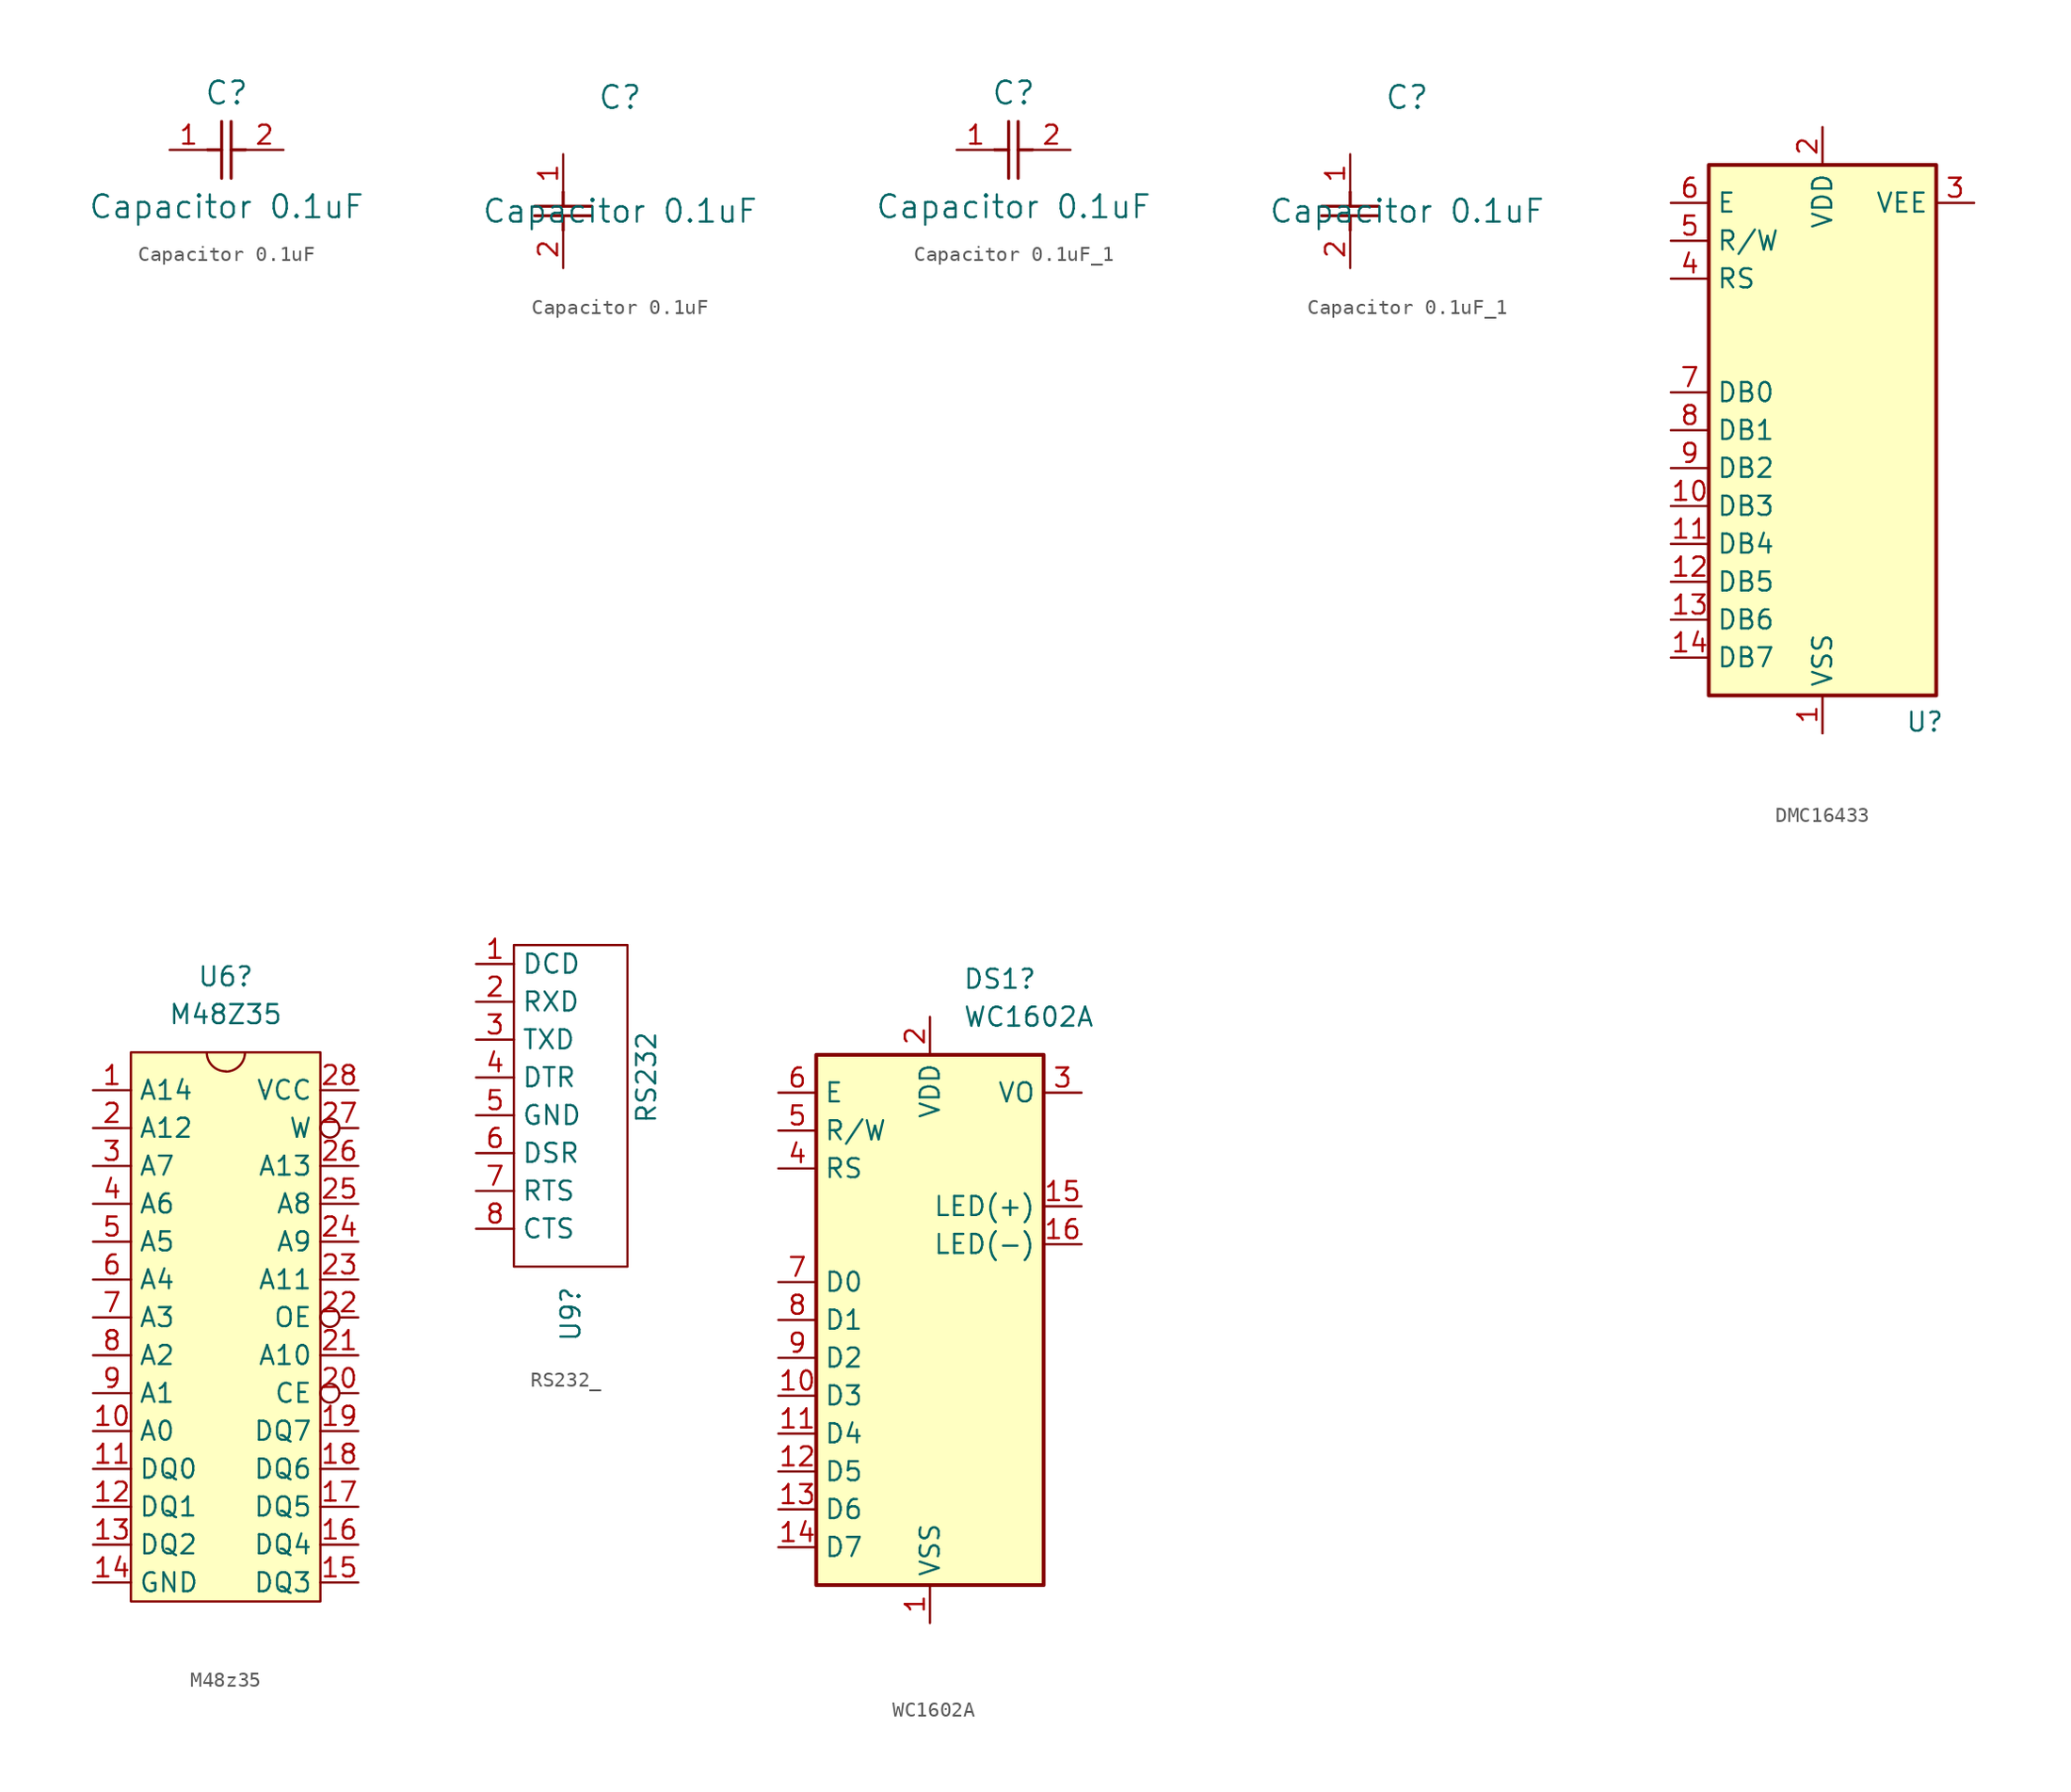
<source format=kicad_sym>
(kicad_symbol_lib
  (version 20231120)
  (generator "kicad_symbol_editor")
  (generator_version "8.0")
  (symbol "Capacitor 0.1uF"
    (pin_names
      (offset 0.254))
    (property "Reference" "C"
      (at 3.81 3.81 0)
      (effects (font (size 1.524 1.524))))
    (property "Value" "Capacitor 0.1uF"
      (at 3.81 -3.81 0)
      (effects (font (size 1.524 1.524))))
    (property "ki_locked" ""
      (at 0 0 0)
      (effects (font (size 1.27 1.27))))
    (symbol "Capacitor 0.1uF_1_1"
      (polyline (pts (xy 2.54 0) (xy 3.48 0)) (stroke (width 0.203) (type default)) (fill (type none)))
      (polyline (pts (xy 3.48 -1.905) (xy 3.48 1.905)) (stroke (width 0.203) (type default)) (fill (type none)))
      (polyline (pts (xy 4.115 -1.905) (xy 4.115 1.905)) (stroke (width 0.203) (type default)) (fill (type none)))
      (polyline (pts (xy 4.115 0) (xy 5.08 0)) (stroke (width 0.203) (type default)) (fill (type none)))
      (pin unspecified line (at 0 0 0) (length 2.54) (name "" (effects (font (size 1.27 1.27)))) (number "1" (effects (font (size 1.27 1.27)))))
      (pin unspecified line (at 7.62 0 180) (length 2.54) (name "" (effects (font (size 1.27 1.27)))) (number "2" (effects (font (size 1.27 1.27))))))
    (symbol "Capacitor 0.1uF_1_2"
      (polyline (pts (xy -1.905 -4.115) (xy 1.905 -4.115)) (stroke (width 0.203) (type default)) (fill (type none)))
      (polyline (pts (xy -1.905 -3.48) (xy 1.905 -3.48)) (stroke (width 0.203) (type default)) (fill (type none)))
      (polyline (pts (xy 0 -4.115) (xy 0 -5.08)) (stroke (width 0.203) (type default)) (fill (type none)))
      (polyline (pts (xy 0 -2.54) (xy 0 -3.48)) (stroke (width 0.203) (type default)) (fill (type none)))
      (pin unspecified line (at 0 0 270) (length 2.54) (name "" (effects (font (size 1.27 1.27)))) (number "1" (effects (font (size 1.27 1.27)))))
      (pin unspecified line (at 0 -7.62 90) (length 2.54) (name "" (effects (font (size 1.27 1.27)))) (number "2" (effects (font (size 1.27 1.27)))))))
  (symbol "Capacitor 0.1uF_1"
    (pin_names
      (offset 0.254))
    (property "Reference" "C"
      (at 3.81 3.81 0)
      (effects (font (size 1.524 1.524))))
    (property "Value" "Capacitor 0.1uF"
      (at 3.81 -3.81 0)
      (effects (font (size 1.524 1.524))))
    (property "ki_locked" ""
      (at 0 0 0)
      (effects (font (size 1.27 1.27))))
    (symbol "Capacitor 0.1uF_1_1_1"
      (polyline (pts (xy 2.54 0) (xy 3.48 0)) (stroke (width 0.203) (type default)) (fill (type none)))
      (polyline (pts (xy 3.48 -1.905) (xy 3.48 1.905)) (stroke (width 0.203) (type default)) (fill (type none)))
      (polyline (pts (xy 4.115 -1.905) (xy 4.115 1.905)) (stroke (width 0.203) (type default)) (fill (type none)))
      (polyline (pts (xy 4.115 0) (xy 5.08 0)) (stroke (width 0.203) (type default)) (fill (type none)))
      (pin unspecified line (at 0 0 0) (length 2.54) (name "" (effects (font (size 1.27 1.27)))) (number "1" (effects (font (size 1.27 1.27)))))
      (pin unspecified line (at 7.62 0 180) (length 2.54) (name "" (effects (font (size 1.27 1.27)))) (number "2" (effects (font (size 1.27 1.27))))))
    (symbol "Capacitor 0.1uF_1_1_2"
      (polyline (pts (xy -1.905 -4.115) (xy 1.905 -4.115)) (stroke (width 0.203) (type default)) (fill (type none)))
      (polyline (pts (xy -1.905 -3.48) (xy 1.905 -3.48)) (stroke (width 0.203) (type default)) (fill (type none)))
      (polyline (pts (xy 0 -4.115) (xy 0 -5.08)) (stroke (width 0.203) (type default)) (fill (type none)))
      (polyline (pts (xy 0 -2.54) (xy 0 -3.48)) (stroke (width 0.203) (type default)) (fill (type none)))
      (pin unspecified line (at 0 0 270) (length 2.54) (name "" (effects (font (size 1.27 1.27)))) (number "1" (effects (font (size 1.27 1.27)))))
      (pin unspecified line (at 0 -7.62 90) (length 2.54) (name "" (effects (font (size 1.27 1.27)))) (number "2" (effects (font (size 1.27 1.27)))))))
  (symbol "DMC16433"
    (property "Reference" "U"
      (at 8.128 -20.828 0)
      (effects (font (size 1.27 1.27))))
    (property "Value" ""
      (at -7.62 -16.51 0)
      (effects (font (size 1.27 1.27))))
    (symbol "DMC16433_1_1"
      (rectangle (start -6.35 16.51) (end 8.89 -19.05) (stroke (width 0.254) (type default)) (fill (type background)))
      (pin power_in line (at 1.27 -21.59 90) (length 2.54) (name "VSS" (effects (font (size 1.27 1.27)))) (number "1" (effects (font (size 1.27 1.27)))))
      (pin bidirectional line (at -8.89 -6.35 0) (length 2.54) (name "DB3" (effects (font (size 1.27 1.27)))) (number "10" (effects (font (size 1.27 1.27)))))
      (pin bidirectional line (at -8.89 -8.89 0) (length 2.54) (name "DB4" (effects (font (size 1.27 1.27)))) (number "11" (effects (font (size 1.27 1.27)))))
      (pin bidirectional line (at -8.89 -11.43 0) (length 2.54) (name "DB5" (effects (font (size 1.27 1.27)))) (number "12" (effects (font (size 1.27 1.27)))))
      (pin bidirectional line (at -8.89 -13.97 0) (length 2.54) (name "DB6" (effects (font (size 1.27 1.27)))) (number "13" (effects (font (size 1.27 1.27)))))
      (pin bidirectional line (at -8.89 -16.51 0) (length 2.54) (name "DB7" (effects (font (size 1.27 1.27)))) (number "14" (effects (font (size 1.27 1.27)))))
      (pin power_in line (at 1.27 19.05 270) (length 2.54) (name "VDD" (effects (font (size 1.27 1.27)))) (number "2" (effects (font (size 1.27 1.27)))))
      (pin input line (at 11.43 13.97 180) (length 2.54) (name "VEE" (effects (font (size 1.27 1.27)))) (number "3" (effects (font (size 1.27 1.27)))))
      (pin input line (at -8.89 8.89 0) (length 2.54) (name "RS" (effects (font (size 1.27 1.27)))) (number "4" (effects (font (size 1.27 1.27)))))
      (pin input line (at -8.89 11.43 0) (length 2.54) (name "R/W" (effects (font (size 1.27 1.27)))) (number "5" (effects (font (size 1.27 1.27)))))
      (pin input line (at -8.89 13.97 0) (length 2.54) (name "E" (effects (font (size 1.27 1.27)))) (number "6" (effects (font (size 1.27 1.27)))))
      (pin bidirectional line (at -8.89 1.27 0) (length 2.54) (name "DB0" (effects (font (size 1.27 1.27)))) (number "7" (effects (font (size 1.27 1.27)))))
      (pin bidirectional line (at -8.89 -1.27 0) (length 2.54) (name "DB1" (effects (font (size 1.27 1.27)))) (number "8" (effects (font (size 1.27 1.27)))))
      (pin bidirectional line (at -8.89 -3.81 0) (length 2.54) (name "DB2" (effects (font (size 1.27 1.27)))) (number "9" (effects (font (size 1.27 1.27)))))))
  (symbol "M48z35"
    (property "Reference" "U6"
      (at 6.35 5.08 0)
      (effects (font (size 1.27 1.27))))
    (property "Value" "M48Z35"
      (at 6.35 2.54 0)
      (effects (font (size 1.27 1.27))))
    (symbol "M48z35_0_1"
      (arc (start 5.0843 -0.0043) (mid 5.4563 -0.9023) (end 6.3543 -1.2743) (stroke (width 0) (type default)) (fill (type none)))
      (arc (start 6.374 -1.294) (mid 7.2652 -0.9152) (end 7.644 -0.024) (stroke (width 0) (type default)) (fill (type none)))
      (arc (start 8.89 -2.54) (mid 8.89 -2.54) (end 8.89 -2.54) (stroke (width 0) (type default)) (fill (type none))))
    (symbol "M48z35_1_0"
      (pin input line (at -2.54 -2.54 0) (length 2.54) (name "A14" (effects (font (size 1.27 1.27)))) (number "1" (effects (font (size 1.27 1.27)))))
      (pin input line (at -2.54 -25.4 0) (length 2.54) (name "A0" (effects (font (size 1.27 1.27)))) (number "10" (effects (font (size 1.27 1.27)))))
      (pin output line (at -2.54 -27.94 0) (length 2.54) (name "DQ0" (effects (font (size 1.27 1.27)))) (number "11" (effects (font (size 1.27 1.27)))))
      (pin output line (at -2.54 -30.48 0) (length 2.54) (name "DQ1" (effects (font (size 1.27 1.27)))) (number "12" (effects (font (size 1.27 1.27)))))
      (pin output line (at -2.54 -33.02 0) (length 2.54) (name "DQ2" (effects (font (size 1.27 1.27)))) (number "13" (effects (font (size 1.27 1.27)))))
      (pin power_out line (at -2.54 -35.56 0) (length 2.54) (name "GND" (effects (font (size 1.27 1.27)))) (number "14" (effects (font (size 1.27 1.27)))))
      (pin output line (at 15.24 -35.56 180) (length 2.54) (name "DQ3" (effects (font (size 1.27 1.27)))) (number "15" (effects (font (size 1.27 1.27)))))
      (pin output line (at 15.24 -33.02 180) (length 2.54) (name "DQ4" (effects (font (size 1.27 1.27)))) (number "16" (effects (font (size 1.27 1.27)))))
      (pin output line (at 15.24 -30.48 180) (length 2.54) (name "DQ5" (effects (font (size 1.27 1.27)))) (number "17" (effects (font (size 1.27 1.27)))))
      (pin output line (at 15.24 -27.94 180) (length 2.54) (name "DQ6" (effects (font (size 1.27 1.27)))) (number "18" (effects (font (size 1.27 1.27)))))
      (pin output line (at 15.24 -25.4 180) (length 2.54) (name "DQ7" (effects (font (size 1.27 1.27)))) (number "19" (effects (font (size 1.27 1.27)))))
      (pin input line (at -2.54 -5.08 0) (length 2.54) (name "A12" (effects (font (size 1.27 1.27)))) (number "2" (effects (font (size 1.27 1.27)))))
      (pin input inverted (at 15.24 -22.86 180) (length 2.54) (name "CE" (effects (font (size 1.27 1.27)))) (number "20" (effects (font (size 1.27 1.27)))))
      (pin input line (at 15.24 -20.32 180) (length 2.54) (name "A10" (effects (font (size 1.27 1.27)))) (number "21" (effects (font (size 1.27 1.27)))))
      (pin input inverted (at 15.24 -17.78 180) (length 2.54) (name "OE" (effects (font (size 1.27 1.27)))) (number "22" (effects (font (size 1.27 1.27)))))
      (pin input line (at 15.24 -15.24 180) (length 2.54) (name "A11" (effects (font (size 1.27 1.27)))) (number "23" (effects (font (size 1.27 1.27)))))
      (pin input line (at 15.24 -12.7 180) (length 2.54) (name "A9" (effects (font (size 1.27 1.27)))) (number "24" (effects (font (size 1.27 1.27)))))
      (pin input line (at 15.24 -10.16 180) (length 2.54) (name "A8" (effects (font (size 1.27 1.27)))) (number "25" (effects (font (size 1.27 1.27)))))
      (pin input line (at 15.24 -7.62 180) (length 2.54) (name "A13" (effects (font (size 1.27 1.27)))) (number "26" (effects (font (size 1.27 1.27)))))
      (pin input inverted (at 15.24 -5.08 180) (length 2.54) (name "W" (effects (font (size 1.27 1.27)))) (number "27" (effects (font (size 1.27 1.27)))))
      (pin power_in line (at 15.24 -2.54 180) (length 2.54) (name "VCC" (effects (font (size 1.27 1.27)))) (number "28" (effects (font (size 1.27 1.27)))))
      (pin input line (at -2.54 -7.62 0) (length 2.54) (name "A7" (effects (font (size 1.27 1.27)))) (number "3" (effects (font (size 1.27 1.27)))))
      (pin input line (at -2.54 -10.16 0) (length 2.54) (name "A6" (effects (font (size 1.27 1.27)))) (number "4" (effects (font (size 1.27 1.27)))))
      (pin input line (at -2.54 -12.7 0) (length 2.54) (name "A5" (effects (font (size 1.27 1.27)))) (number "5" (effects (font (size 1.27 1.27)))))
      (pin input line (at -2.54 -15.24 0) (length 2.54) (name "A4" (effects (font (size 1.27 1.27)))) (number "6" (effects (font (size 1.27 1.27)))))
      (pin input line (at -2.54 -17.78 0) (length 2.54) (name "A3" (effects (font (size 1.27 1.27)))) (number "7" (effects (font (size 1.27 1.27)))))
      (pin input line (at -2.54 -20.32 0) (length 2.54) (name "A2" (effects (font (size 1.27 1.27)))) (number "8" (effects (font (size 1.27 1.27)))))
      (pin input line (at -2.54 -22.86 0) (length 2.54) (name "A1" (effects (font (size 1.27 1.27)))) (number "9" (effects (font (size 1.27 1.27))))))
    (symbol "M48z35_1_1"
      (rectangle (start 0 0) (end 12.7 -36.83) (stroke (width 0) (type default)) (fill (type background)))))
  (symbol "RS232_"
    (property "Reference" "U9"
      (at 3.81 -22.86 90)
      (effects (font (size 1.27 1.27)) (justify right)))
    (property "Value" "RS232"
      (at 8.89 -8.89 90)
      (effects (font (size 1.27 1.27))))
    (symbol "RS232__0_1"
      (rectangle (start 0 0) (end 7.62 -21.59) (stroke (width 0) (type default)) (fill (type none))))
    (symbol "RS232__1_1"
      (pin input line (at -2.54 -1.27 0) (length 2.54) (name "DCD" (effects (font (size 1.27 1.27)))) (number "1" (effects (font (size 1.27 1.27)))))
      (pin output line (at -2.54 -3.81 0) (length 2.54) (name "RXD" (effects (font (size 1.27 1.27)))) (number "2" (effects (font (size 1.27 1.27)))))
      (pin input line (at -2.54 -6.35 0) (length 2.54) (name "TXD" (effects (font (size 1.27 1.27)))) (number "3" (effects (font (size 1.27 1.27)))))
      (pin input line (at -2.54 -8.89 0) (length 2.54) (name "DTR" (effects (font (size 1.27 1.27)))) (number "4" (effects (font (size 1.27 1.27)))))
      (pin input line (at -2.54 -11.43 0) (length 2.54) (name "GND" (effects (font (size 1.27 1.27)))) (number "5" (effects (font (size 1.27 1.27)))))
      (pin input line (at -2.54 -13.97 0) (length 2.54) (name "DSR" (effects (font (size 1.27 1.27)))) (number "6" (effects (font (size 1.27 1.27)))))
      (pin input line (at -2.54 -16.51 0) (length 2.54) (name "RTS" (effects (font (size 1.27 1.27)))) (number "7" (effects (font (size 1.27 1.27)))))
      (pin input line (at -2.54 -19.05 0) (length 2.54) (name "CTS" (effects (font (size 1.27 1.27)))) (number "8" (effects (font (size 1.27 1.27)))))))
  (symbol "WC1602A"
    (property "Reference" "DS1"
      (at 2.194 22.86 0)
      (effects (font (size 1.27 1.27)) (justify left)))
    (property "Value" "WC1602A"
      (at 2.194 20.32 0)
      (effects (font (size 1.27 1.27)) (justify left)))
    (symbol "WC1602A_1_1"
      (rectangle (start -7.62 17.78) (end 7.62 -17.78) (stroke (width 0.254) (type default)) (fill (type background)))
      (pin power_in line (at 0 -20.32 90) (length 2.54) (name "VSS" (effects (font (size 1.27 1.27)))) (number "1" (effects (font (size 1.27 1.27)))))
      (pin bidirectional line (at -10.16 -5.08 0) (length 2.54) (name "D3" (effects (font (size 1.27 1.27)))) (number "10" (effects (font (size 1.27 1.27)))))
      (pin bidirectional line (at -10.16 -7.62 0) (length 2.54) (name "D4" (effects (font (size 1.27 1.27)))) (number "11" (effects (font (size 1.27 1.27)))))
      (pin bidirectional line (at -10.16 -10.16 0) (length 2.54) (name "D5" (effects (font (size 1.27 1.27)))) (number "12" (effects (font (size 1.27 1.27)))))
      (pin bidirectional line (at -10.16 -12.7 0) (length 2.54) (name "D6" (effects (font (size 1.27 1.27)))) (number "13" (effects (font (size 1.27 1.27)))))
      (pin bidirectional line (at -10.16 -15.24 0) (length 2.54) (name "D7" (effects (font (size 1.27 1.27)))) (number "14" (effects (font (size 1.27 1.27)))))
      (pin power_in line (at 10.16 7.62 180) (length 2.54) (name "LED(+)" (effects (font (size 1.27 1.27)))) (number "15" (effects (font (size 1.27 1.27)))))
      (pin power_in line (at 10.16 5.08 180) (length 2.54) (name "LED(-)" (effects (font (size 1.27 1.27)))) (number "16" (effects (font (size 1.27 1.27)))))
      (pin power_in line (at 0 20.32 270) (length 2.54) (name "VDD" (effects (font (size 1.27 1.27)))) (number "2" (effects (font (size 1.27 1.27)))))
      (pin input line (at 10.16 15.24 180) (length 2.54) (name "VO" (effects (font (size 1.27 1.27)))) (number "3" (effects (font (size 1.27 1.27)))))
      (pin input line (at -10.16 10.16 0) (length 2.54) (name "RS" (effects (font (size 1.27 1.27)))) (number "4" (effects (font (size 1.27 1.27)))))
      (pin input line (at -10.16 12.7 0) (length 2.54) (name "R/W" (effects (font (size 1.27 1.27)))) (number "5" (effects (font (size 1.27 1.27)))))
      (pin input line (at -10.16 15.24 0) (length 2.54) (name "E" (effects (font (size 1.27 1.27)))) (number "6" (effects (font (size 1.27 1.27)))))
      (pin bidirectional line (at -10.16 2.54 0) (length 2.54) (name "D0" (effects (font (size 1.27 1.27)))) (number "7" (effects (font (size 1.27 1.27)))))
      (pin bidirectional line (at -10.16 0 0) (length 2.54) (name "D1" (effects (font (size 1.27 1.27)))) (number "8" (effects (font (size 1.27 1.27)))))
      (pin bidirectional line (at -10.16 -2.54 0) (length 2.54) (name "D2" (effects (font (size 1.27 1.27)))) (number "9" (effects (font (size 1.27 1.27))))))))
</source>
